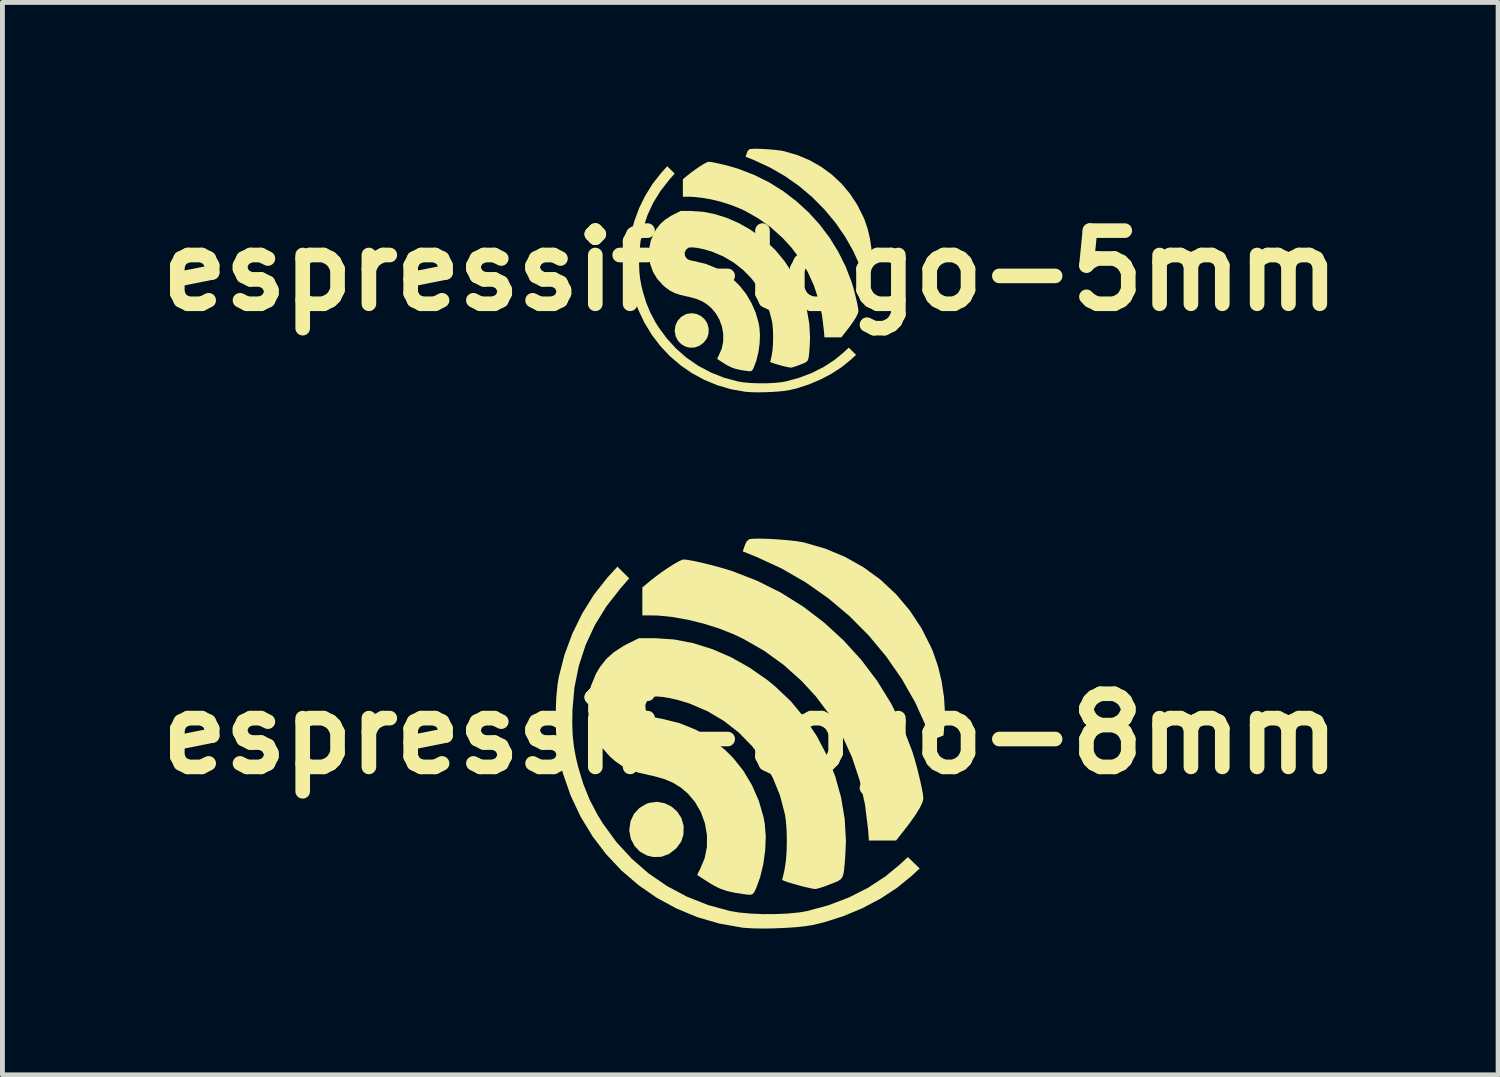
<source format=kicad_pcb>
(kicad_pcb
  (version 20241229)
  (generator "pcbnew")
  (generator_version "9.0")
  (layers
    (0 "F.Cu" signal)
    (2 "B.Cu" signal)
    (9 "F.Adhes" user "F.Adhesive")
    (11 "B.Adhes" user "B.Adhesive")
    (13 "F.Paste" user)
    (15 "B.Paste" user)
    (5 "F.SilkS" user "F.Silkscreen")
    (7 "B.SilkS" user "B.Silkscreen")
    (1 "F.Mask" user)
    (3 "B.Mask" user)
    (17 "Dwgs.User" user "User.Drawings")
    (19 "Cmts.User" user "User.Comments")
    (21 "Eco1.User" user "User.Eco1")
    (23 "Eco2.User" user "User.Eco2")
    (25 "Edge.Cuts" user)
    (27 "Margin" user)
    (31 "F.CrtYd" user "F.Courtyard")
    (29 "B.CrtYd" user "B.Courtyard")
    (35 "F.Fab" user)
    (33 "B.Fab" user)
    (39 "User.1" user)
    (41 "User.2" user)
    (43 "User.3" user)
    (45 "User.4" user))
  (footprint "espressif-logo-8mm"
    (layer "F.Cu")
    (at 12.336 11.998)
    (property "Reference" "espressif-logo-8mm" (at 0 0 0) (layer "F.SilkS") (effects (font (size 1.5 1.5) (thickness 0.3))))
    (attr board_only exclude_from_pos_files exclude_from_bom)
    (fp_poly (pts (xy -1.755 1.423) (xy -1.615 1.492) (xy -1.498 1.596) (xy -1.413 1.727) (xy -1.369 1.881) (xy -1.367 1.904) (xy -1.371 2.07) (xy -1.418 2.212) (xy -1.512 2.34) (xy -1.531 2.359) (xy -1.671 2.466) (xy -1.826 2.522) (xy -1.991 2.526) (xy -2.117 2.496) (xy -2.261 2.418) (xy -2.373 2.301) (xy -2.449 2.156) (xy -2.481 1.99) (xy -2.481 1.961) (xy -2.456 1.791) (xy -2.386 1.642) (xy -2.275 1.521) (xy -2.13 1.435) (xy -2.067 1.414) (xy -1.908 1.395)) (stroke (width 0) (type solid)) (fill yes) (layer "F.SilkS"))
    (fp_poly (pts (xy 0.316 -4) (xy 0.475 -3.993) (xy 0.642 -3.981) (xy 0.803 -3.967) (xy 0.949 -3.95) (xy 1.066 -3.931) (xy 1.097 -3.925) (xy 1.532 -3.8) (xy 1.941 -3.629) (xy 2.322 -3.415) (xy 2.672 -3.159) (xy 2.988 -2.864) (xy 3.269 -2.531) (xy 3.511 -2.164) (xy 3.713 -1.763) (xy 3.747 -1.681) (xy 3.849 -1.387) (xy 3.925 -1.069) (xy 3.973 -0.745) (xy 3.991 -0.432) (xy 3.983 -0.217) (xy 3.962 0.033) (xy 3.839 0.081) (xy 3.716 0.13) (xy 3.615 -0.127) (xy 3.384 -0.638) (xy 3.107 -1.125) (xy 2.787 -1.586) (xy 2.427 -2.018) (xy 2.03 -2.417) (xy 1.599 -2.78) (xy 1.136 -3.105) (xy 0.646 -3.388) (xy 0.132 -3.626) (xy 0.062 -3.654) (xy -0.155 -3.74) (xy -0.115 -3.858) (xy -0.078 -3.941) (xy -0.032 -3.984) (xy -0.007 -3.993) (xy 0.063 -4.001) (xy 0.174 -4.003)) (stroke (width 0) (type solid)) (fill yes) (layer "F.SilkS"))
    (fp_poly (pts (xy -1.292 -3.568) (xy -1.174 -3.547) (xy -1.027 -3.516) (xy -0.863 -3.476) (xy -0.691 -3.432) (xy -0.524 -3.384) (xy -0.372 -3.337) (xy -0.365 -3.335) (xy 0.141 -3.138) (xy 0.625 -2.896) (xy 1.084 -2.609) (xy 1.513 -2.282) (xy 1.911 -1.917) (xy 2.275 -1.517) (xy 2.601 -1.086) (xy 2.886 -0.625) (xy 3.129 -0.139) (xy 3.319 0.354) (xy 3.363 0.494) (xy 3.407 0.653) (xy 3.45 0.819) (xy 3.488 0.98) (xy 3.519 1.126) (xy 3.54 1.243) (xy 3.548 1.322) (xy 3.549 1.326) (xy 3.53 1.405) (xy 3.476 1.518) (xy 3.388 1.661) (xy 3.27 1.828) (xy 3.169 1.96) (xy 2.989 2.188) (xy 2.711 2.188) (xy 2.432 2.188) (xy 2.417 1.981) (xy 2.353 1.456) (xy 2.243 0.957) (xy 2.087 0.485) (xy 1.885 0.04) (xy 1.637 -0.378) (xy 1.342 -0.769) (xy 1.055 -1.081) (xy 0.684 -1.413) (xy 0.283 -1.703) (xy -0.144 -1.948) (xy -0.356 -2.048) (xy -0.647 -2.162) (xy -0.958 -2.26) (xy -1.276 -2.338) (xy -1.586 -2.394) (xy -1.874 -2.424) (xy -2.011 -2.428) (xy -2.214 -2.428) (xy -2.214 -2.715) (xy -2.214 -3.002) (xy -2.054 -3.135) (xy -1.936 -3.228) (xy -1.81 -3.321) (xy -1.683 -3.407) (xy -1.566 -3.481) (xy -1.467 -3.537) (xy -1.395 -3.57) (xy -1.37 -3.575)) (stroke (width 0) (type solid)) (fill yes) (layer "F.SilkS"))
    (fp_poly (pts (xy -2.604 -3.308) (xy -2.483 -3.188) (xy -2.658 -2.988) (xy -2.947 -2.619) (xy -3.187 -2.231) (xy -3.376 -1.824) (xy -3.516 -1.397) (xy -3.606 -0.95) (xy -3.647 -0.494) (xy -3.651 -0.213) (xy -3.642 0.033) (xy -3.617 0.262) (xy -3.575 0.492) (xy -3.53 0.68) (xy -3.423 1.033) (xy -3.294 1.353) (xy -3.132 1.662) (xy -3.022 1.841) (xy -2.746 2.219) (xy -2.433 2.56) (xy -2.086 2.862) (xy -1.707 3.122) (xy -1.301 3.339) (xy -0.869 3.51) (xy -0.419 3.633) (xy -0.223 3.665) (xy 0.009 3.686) (xy 0.262 3.697) (xy 0.522 3.696) (xy 0.772 3.685) (xy 0.998 3.663) (xy 1.162 3.635) (xy 1.604 3.515) (xy 2.024 3.355) (xy 2.415 3.156) (xy 2.772 2.922) (xy 3.05 2.694) (xy 3.232 2.527) (xy 3.352 2.644) (xy 3.473 2.761) (xy 3.304 2.917) (xy 3.007 3.159) (xy 2.669 3.38) (xy 2.3 3.575) (xy 1.912 3.738) (xy 1.513 3.865) (xy 1.267 3.923) (xy 1.118 3.946) (xy 0.929 3.966) (xy 0.716 3.98) (xy 0.492 3.989) (xy 0.271 3.993) (xy 0.068 3.99) (xy -0.104 3.98) (xy -0.16 3.975) (xy -0.631 3.892) (xy -1.082 3.761) (xy -1.512 3.583) (xy -1.917 3.363) (xy -2.294 3.102) (xy -2.642 2.803) (xy -2.958 2.467) (xy -3.238 2.098) (xy -3.48 1.699) (xy -3.682 1.271) (xy -3.841 0.817) (xy -3.925 0.48) (xy -3.958 0.275) (xy -3.98 0.033) (xy -3.991 -0.232) (xy -3.989 -0.504) (xy -3.977 -0.767) (xy -3.953 -1.008) (xy -3.927 -1.167) (xy -3.812 -1.616) (xy -3.651 -2.051) (xy -3.448 -2.466) (xy -3.207 -2.853) (xy -2.93 -3.204) (xy -2.884 -3.255) (xy -2.725 -3.428)) (stroke (width 0) (type solid)) (fill yes) (layer "F.SilkS"))
    (fp_poly (pts (xy -1.564 -1.935) (xy -1.173 -1.86) (xy -0.78 -1.737) (xy -0.392 -1.569) (xy -0.015 -1.357) (xy 0.347 -1.105) (xy 0.504 -0.977) (xy 0.829 -0.669) (xy 1.116 -0.324) (xy 1.366 0.051) (xy 1.575 0.451) (xy 1.741 0.871) (xy 1.862 1.306) (xy 1.936 1.75) (xy 1.961 2.197) (xy 1.948 2.499) (xy 1.935 2.668) (xy 1.923 2.793) (xy 1.908 2.881) (xy 1.885 2.943) (xy 1.851 2.985) (xy 1.8 3.018) (xy 1.729 3.049) (xy 1.648 3.081) (xy 1.536 3.124) (xy 1.435 3.158) (xy 1.36 3.178) (xy 1.337 3.182) (xy 1.287 3.177) (xy 1.205 3.16) (xy 1.101 3.136) (xy 0.987 3.106) (xy 0.875 3.074) (xy 0.774 3.044) (xy 0.698 3.017) (xy 0.656 2.998) (xy 0.652 2.992) (xy 0.662 2.959) (xy 0.679 2.888) (xy 0.7 2.792) (xy 0.706 2.761) (xy 0.73 2.599) (xy 0.745 2.401) (xy 0.749 2.187) (xy 0.744 1.974) (xy 0.729 1.78) (xy 0.71 1.652) (xy 0.609 1.264) (xy 0.461 0.9) (xy 0.27 0.561) (xy 0.037 0.253) (xy -0.233 -0.023) (xy -0.538 -0.262) (xy -0.875 -0.462) (xy -1.242 -0.619) (xy -1.296 -0.637) (xy -1.473 -0.69) (xy -1.642 -0.73) (xy -1.795 -0.756) (xy -1.921 -0.766) (xy -2.011 -0.758) (xy -2.038 -0.749) (xy -2.116 -0.681) (xy -2.153 -0.591) (xy -2.146 -0.495) (xy -2.101 -0.415) (xy -2.059 -0.378) (xy -2.001 -0.35) (xy -1.913 -0.327) (xy -1.808 -0.307) (xy -1.451 -0.219) (xy -1.116 -0.083) (xy -0.803 0.101) (xy -0.513 0.334) (xy -0.354 0.492) (xy -0.144 0.755) (xy 0.034 1.052) (xy 0.174 1.372) (xy 0.27 1.703) (xy 0.296 1.841) (xy 0.317 2.101) (xy 0.306 2.384) (xy 0.267 2.671) (xy 0.2 2.945) (xy 0.121 3.163) (xy 0.083 3.243) (xy 0.05 3.286) (xy 0.005 3.301) (xy -0.07 3.296) (xy -0.12 3.29) (xy -0.321 3.259) (xy -0.483 3.222) (xy -0.623 3.173) (xy -0.756 3.107) (xy -0.851 3.049) (xy -0.948 2.987) (xy -1.026 2.937) (xy -1.075 2.904) (xy -1.088 2.896) (xy -1.08 2.871) (xy -1.052 2.815) (xy -1.029 2.772) (xy -0.937 2.554) (xy -0.89 2.32) (xy -0.889 2.079) (xy -0.93 1.838) (xy -1.013 1.607) (xy -1.137 1.394) (xy -1.282 1.224) (xy -1.427 1.1) (xy -1.587 1.002) (xy -1.772 0.925) (xy -1.994 0.863) (xy -2.087 0.844) (xy -2.302 0.794) (xy -2.478 0.735) (xy -2.628 0.661) (xy -2.767 0.564) (xy -2.882 0.463) (xy -3.062 0.258) (xy -3.197 0.031) (xy -3.285 -0.214) (xy -3.327 -0.468) (xy -3.321 -0.727) (xy -3.267 -0.985) (xy -3.164 -1.234) (xy -3.084 -1.368) (xy -2.955 -1.533) (xy -2.799 -1.673) (xy -2.605 -1.799) (xy -2.51 -1.849) (xy -2.285 -1.961) (xy -1.95 -1.961)) (stroke (width 0) (type solid)) (fill yes) (layer "F.SilkS")))
  (footprint "espressif-logo-5mm"
    (layer "F.Cu")
    (at 12.336 2.501)
    (property "Reference" "espressif-logo-5mm" (at 0 0 0) (layer "F.SilkS") (effects (font (size 1.5 1.5) (thickness 0.3))))
    (attr board_only exclude_from_pos_files exclude_from_bom)
    (fp_poly (pts (xy -1.096 0.889) (xy -1.009 0.932) (xy -0.936 0.997) (xy -0.883 1.079) (xy -0.855 1.175) (xy -0.854 1.189) (xy -0.857 1.293) (xy -0.886 1.381) (xy -0.945 1.462) (xy -0.956 1.474) (xy -1.044 1.54) (xy -1.141 1.575) (xy -1.243 1.578) (xy -1.323 1.559) (xy -1.412 1.51) (xy -1.483 1.438) (xy -1.53 1.347) (xy -1.55 1.243) (xy -1.55 1.225) (xy -1.534 1.119) (xy -1.49 1.026) (xy -1.421 0.95) (xy -1.331 0.897) (xy -1.291 0.883) (xy -1.192 0.872)) (stroke (width 0) (type solid)) (fill yes) (layer "F.SilkS"))
    (fp_poly (pts (xy 0.197 -2.499) (xy 0.297 -2.494) (xy 0.401 -2.487) (xy 0.502 -2.478) (xy 0.593 -2.467) (xy 0.666 -2.456) (xy 0.685 -2.452) (xy 0.957 -2.374) (xy 1.213 -2.267) (xy 1.45 -2.133) (xy 1.669 -1.973) (xy 1.867 -1.789) (xy 2.042 -1.581) (xy 2.193 -1.351) (xy 2.319 -1.101) (xy 2.341 -1.05) (xy 2.404 -0.866) (xy 2.452 -0.668) (xy 2.482 -0.465) (xy 2.493 -0.27) (xy 2.488 -0.135) (xy 2.475 0.021) (xy 2.398 0.051) (xy 2.321 0.081) (xy 2.258 -0.079) (xy 2.114 -0.398) (xy 1.941 -0.703) (xy 1.741 -0.991) (xy 1.516 -1.26) (xy 1.268 -1.51) (xy 0.999 -1.737) (xy 0.71 -1.939) (xy 0.404 -2.116) (xy 0.082 -2.265) (xy 0.039 -2.283) (xy -0.097 -2.336) (xy -0.072 -2.41) (xy -0.049 -2.462) (xy -0.02 -2.488) (xy -0.004 -2.494) (xy 0.039 -2.499) (xy 0.109 -2.501)) (stroke (width 0) (type solid)) (fill yes) (layer "F.SilkS"))
    (fp_poly (pts (xy -0.807 -2.229) (xy -0.733 -2.216) (xy -0.642 -2.196) (xy -0.539 -2.172) (xy -0.432 -2.144) (xy -0.327 -2.114) (xy -0.232 -2.084) (xy -0.228 -2.083) (xy 0.088 -1.96) (xy 0.391 -1.809) (xy 0.677 -1.63) (xy 0.945 -1.425) (xy 1.194 -1.197) (xy 1.421 -0.948) (xy 1.625 -0.678) (xy 1.803 -0.39) (xy 1.954 -0.087) (xy 2.073 0.221) (xy 2.101 0.309) (xy 2.128 0.408) (xy 2.155 0.512) (xy 2.179 0.612) (xy 2.198 0.703) (xy 2.212 0.777) (xy 2.217 0.826) (xy 2.217 0.828) (xy 2.205 0.878) (xy 2.171 0.948) (xy 2.116 1.037) (xy 2.042 1.142) (xy 1.979 1.224) (xy 1.867 1.367) (xy 1.693 1.367) (xy 1.52 1.367) (xy 1.51 1.238) (xy 1.47 0.909) (xy 1.401 0.598) (xy 1.304 0.303) (xy 1.177 0.025) (xy 1.022 -0.236) (xy 0.839 -0.48) (xy 0.659 -0.675) (xy 0.427 -0.883) (xy 0.177 -1.064) (xy -0.09 -1.217) (xy -0.223 -1.279) (xy -0.404 -1.35) (xy -0.598 -1.412) (xy -0.797 -1.461) (xy -0.991 -1.495) (xy -1.171 -1.514) (xy -1.256 -1.517) (xy -1.383 -1.517) (xy -1.383 -1.696) (xy -1.383 -1.875) (xy -1.283 -1.958) (xy -1.209 -2.016) (xy -1.13 -2.074) (xy -1.051 -2.128) (xy -0.978 -2.175) (xy -0.916 -2.21) (xy -0.872 -2.23) (xy -0.856 -2.233)) (stroke (width 0) (type solid)) (fill yes) (layer "F.SilkS"))
    (fp_poly (pts (xy -1.627 -2.067) (xy -1.551 -1.992) (xy -1.66 -1.867) (xy -1.841 -1.636) (xy -1.991 -1.394) (xy -2.109 -1.139) (xy -2.196 -0.873) (xy -2.253 -0.594) (xy -2.278 -0.308) (xy -2.281 -0.133) (xy -2.275 0.02) (xy -2.26 0.164) (xy -2.233 0.307) (xy -2.205 0.425) (xy -2.138 0.645) (xy -2.057 0.845) (xy -1.956 1.038) (xy -1.888 1.15) (xy -1.715 1.386) (xy -1.52 1.599) (xy -1.303 1.788) (xy -1.067 1.95) (xy -0.812 2.086) (xy -0.543 2.193) (xy -0.261 2.27) (xy -0.139 2.29) (xy 0.006 2.303) (xy 0.164 2.309) (xy 0.326 2.309) (xy 0.482 2.302) (xy 0.623 2.288) (xy 0.726 2.271) (xy 1.002 2.196) (xy 1.264 2.096) (xy 1.508 1.972) (xy 1.732 1.826) (xy 1.905 1.683) (xy 2.019 1.578) (xy 2.094 1.652) (xy 2.169 1.725) (xy 2.064 1.822) (xy 1.878 1.974) (xy 1.667 2.112) (xy 1.437 2.233) (xy 1.194 2.335) (xy 0.945 2.415) (xy 0.792 2.451) (xy 0.698 2.465) (xy 0.581 2.477) (xy 0.447 2.486) (xy 0.307 2.492) (xy 0.169 2.494) (xy 0.042 2.492) (xy -0.065 2.486) (xy -0.1 2.483) (xy -0.394 2.431) (xy -0.676 2.349) (xy -0.944 2.238) (xy -1.197 2.101) (xy -1.433 1.938) (xy -1.651 1.751) (xy -1.848 1.541) (xy -2.023 1.311) (xy -2.174 1.061) (xy -2.3 0.794) (xy -2.399 0.51) (xy -2.452 0.3) (xy -2.473 0.172) (xy -2.486 0.02) (xy -2.493 -0.145) (xy -2.492 -0.315) (xy -2.484 -0.479) (xy -2.47 -0.63) (xy -2.453 -0.729) (xy -2.381 -1.009) (xy -2.281 -1.281) (xy -2.154 -1.54) (xy -2.003 -1.782) (xy -1.83 -2.002) (xy -1.802 -2.033) (xy -1.703 -2.142)) (stroke (width 0) (type solid)) (fill yes) (layer "F.SilkS"))
    (fp_poly (pts (xy -0.977 -1.209) (xy -0.733 -1.162) (xy -0.487 -1.085) (xy -0.245 -0.98) (xy -0.009 -0.848) (xy 0.217 -0.69) (xy 0.315 -0.611) (xy 0.518 -0.418) (xy 0.697 -0.202) (xy 0.853 0.032) (xy 0.984 0.282) (xy 1.088 0.544) (xy 1.163 0.816) (xy 1.21 1.093) (xy 1.225 1.373) (xy 1.217 1.561) (xy 1.209 1.667) (xy 1.201 1.745) (xy 1.192 1.8) (xy 1.178 1.838) (xy 1.156 1.865) (xy 1.125 1.885) (xy 1.08 1.905) (xy 1.029 1.925) (xy 0.959 1.951) (xy 0.896 1.972) (xy 0.85 1.985) (xy 0.835 1.988) (xy 0.804 1.984) (xy 0.753 1.974) (xy 0.688 1.959) (xy 0.617 1.94) (xy 0.546 1.92) (xy 0.484 1.901) (xy 0.436 1.885) (xy 0.41 1.873) (xy 0.407 1.869) (xy 0.413 1.849) (xy 0.424 1.804) (xy 0.437 1.744) (xy 0.441 1.725) (xy 0.456 1.623) (xy 0.465 1.5) (xy 0.468 1.366) (xy 0.465 1.233) (xy 0.456 1.112) (xy 0.444 1.032) (xy 0.38 0.79) (xy 0.288 0.562) (xy 0.168 0.351) (xy 0.023 0.158) (xy -0.146 -0.014) (xy -0.336 -0.164) (xy -0.547 -0.289) (xy -0.776 -0.387) (xy -0.81 -0.398) (xy -0.92 -0.431) (xy -1.026 -0.456) (xy -1.121 -0.472) (xy -1.2 -0.478) (xy -1.256 -0.474) (xy -1.273 -0.468) (xy -1.322 -0.425) (xy -1.345 -0.369) (xy -1.341 -0.309) (xy -1.312 -0.259) (xy -1.286 -0.236) (xy -1.25 -0.219) (xy -1.195 -0.204) (xy -1.13 -0.192) (xy -0.906 -0.137) (xy -0.697 -0.052) (xy -0.502 0.063) (xy -0.321 0.208) (xy -0.221 0.307) (xy -0.09 0.471) (xy 0.021 0.657) (xy 0.109 0.857) (xy 0.169 1.064) (xy 0.185 1.15) (xy 0.198 1.312) (xy 0.191 1.489) (xy 0.167 1.669) (xy 0.125 1.84) (xy 0.075 1.976) (xy 0.052 2.026) (xy 0.031 2.052) (xy 0.003 2.062) (xy -0.044 2.059) (xy -0.075 2.055) (xy -0.2 2.036) (xy -0.302 2.013) (xy -0.389 1.982) (xy -0.472 1.941) (xy -0.532 1.905) (xy -0.592 1.866) (xy -0.641 1.835) (xy -0.672 1.814) (xy -0.679 1.809) (xy -0.675 1.794) (xy -0.657 1.759) (xy -0.643 1.731) (xy -0.585 1.595) (xy -0.556 1.449) (xy -0.555 1.298) (xy -0.581 1.148) (xy -0.633 1.004) (xy -0.71 0.871) (xy -0.801 0.764) (xy -0.892 0.687) (xy -0.991 0.626) (xy -1.107 0.578) (xy -1.245 0.539) (xy -1.304 0.527) (xy -1.438 0.496) (xy -1.548 0.459) (xy -1.642 0.413) (xy -1.728 0.352) (xy -1.8 0.289) (xy -1.913 0.161) (xy -1.997 0.019) (xy -2.052 -0.133) (xy -2.078 -0.292) (xy -2.075 -0.454) (xy -2.041 -0.615) (xy -1.976 -0.771) (xy -1.927 -0.855) (xy -1.846 -0.958) (xy -1.748 -1.045) (xy -1.627 -1.124) (xy -1.568 -1.155) (xy -1.428 -1.225) (xy -1.218 -1.225)) (stroke (width 0) (type solid)) (fill yes) (layer "F.SilkS")))
  (gr_rect
    (start -3 -3)
    (end 27.671 18.991)
    (stroke (width 0.1) (type default))
    (fill no)
    (layer "Edge.Cuts")))
</source>
